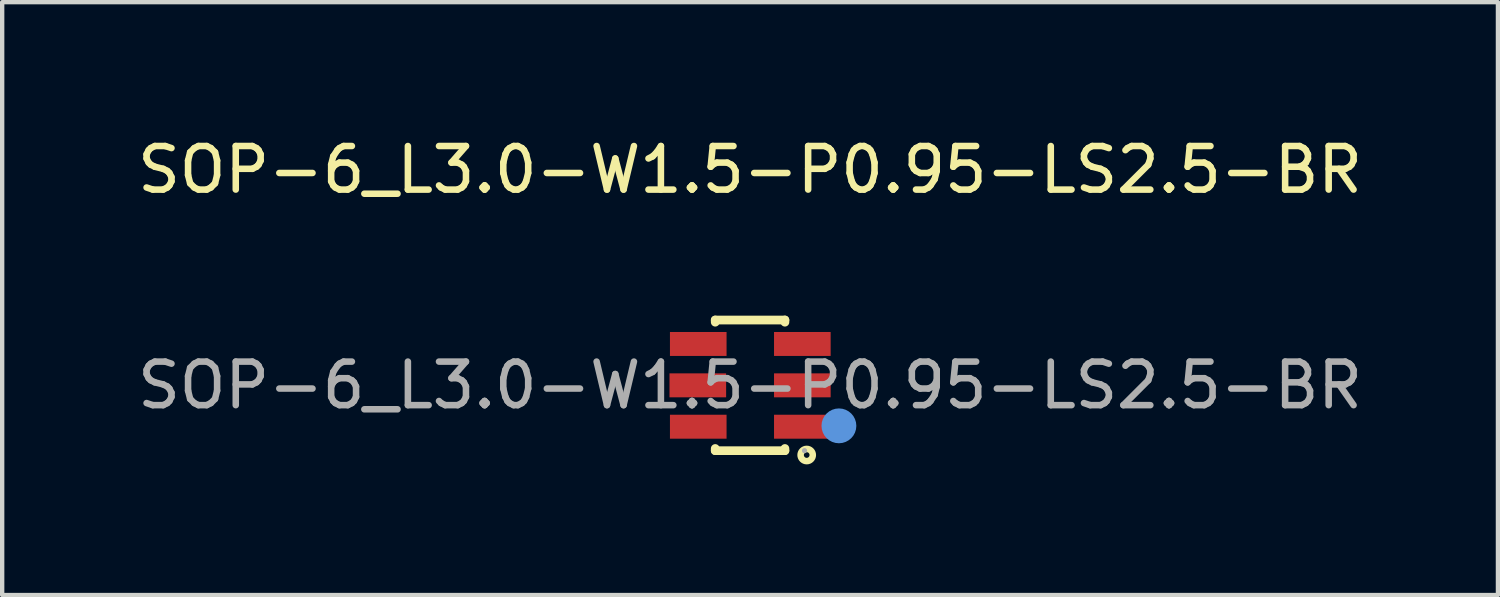
<source format=kicad_pcb>
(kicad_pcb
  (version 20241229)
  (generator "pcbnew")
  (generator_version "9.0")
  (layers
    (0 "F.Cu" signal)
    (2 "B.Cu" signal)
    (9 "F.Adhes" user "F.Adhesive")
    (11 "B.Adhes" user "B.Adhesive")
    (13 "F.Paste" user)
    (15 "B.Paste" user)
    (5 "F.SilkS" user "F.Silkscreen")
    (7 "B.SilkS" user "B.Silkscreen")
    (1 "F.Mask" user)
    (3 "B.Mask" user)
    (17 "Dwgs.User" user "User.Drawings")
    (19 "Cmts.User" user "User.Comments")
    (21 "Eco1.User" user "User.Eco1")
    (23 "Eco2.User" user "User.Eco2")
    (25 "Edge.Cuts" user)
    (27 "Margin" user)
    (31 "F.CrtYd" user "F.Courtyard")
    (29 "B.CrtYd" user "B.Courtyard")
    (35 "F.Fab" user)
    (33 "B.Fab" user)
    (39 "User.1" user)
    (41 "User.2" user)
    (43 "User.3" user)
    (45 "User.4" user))
  (footprint "SOP-6_L3.0-W1.5-P0.95-LS2.5-BR"
    (layer "F.Cu")
    (at 14.173 5.798)
    (property "Reference" "SOP-6_L3.0-W1.5-P0.95-LS2.5-BR" (at 0 -4.95 0) (layer "F.SilkS") (effects (font (size 1 1) (thickness 0.15))))
    (attr smd)
    (fp_line (start -0.8 -1.5) (end 0.8 -1.5) (stroke (width 0.2) (type solid)) (layer "F.SilkS"))
    (fp_line (start -0.8 -1.45) (end -0.8 -1.5) (stroke (width 0.2) (type solid)) (layer "F.SilkS"))
    (fp_line (start -0.8 1.5) (end -0.8 1.45) (stroke (width 0.2) (type solid)) (layer "F.SilkS"))
    (fp_line (start 0.8 -1.5) (end 0.8 -1.45) (stroke (width 0.2) (type solid)) (layer "F.SilkS"))
    (fp_line (start 0.8 1.45) (end 0.8 1.5) (stroke (width 0.2) (type solid)) (layer "F.SilkS"))
    (fp_line (start 0.8 1.5) (end -0.8 1.5) (stroke (width 0.2) (type solid)) (layer "F.SilkS"))
    (fp_circle (center 1.3 1.6) (end 1.44 1.6) (stroke (width 0.15) (type solid)) (fill no) (layer "F.SilkS"))
    (fp_circle (center 2.04 0.93) (end 2.24 0.93) (stroke (width 0.4) (type solid)) (fill no) (layer "Cmts.User"))
    (fp_circle (center 1.25 1.5) (end 1.28 1.5) (stroke (width 0.06) (type solid)) (fill no) (layer "F.Fab"))
    (fp_text user "${REFERENCE}" (at 0 0 0) (layer "F.Fab") (effects (font (size 1 1) (thickness 0.15))))
    (pad "1" smd rect (at 1.2 0.95 180) (size 1.3 0.55) (layers "F.Cu" "F.Mask" "F.Paste"))
    (pad "2" smd rect (at 1.2 0 180) (size 1.3 0.55) (layers "F.Cu" "F.Mask" "F.Paste"))
    (pad "3" smd rect (at 1.2 -0.95 180) (size 1.3 0.55) (layers "F.Cu" "F.Mask" "F.Paste"))
    (pad "4" smd rect (at -1.19 -0.95 180) (size 1.3 0.55) (layers "F.Cu" "F.Mask" "F.Paste"))
    (pad "5" smd rect (at -1.2 0 180) (size 1.3 0.55) (layers "F.Cu" "F.Mask" "F.Paste"))
    (pad "6" smd rect (at -1.19 0.95 180) (size 1.3 0.55) (layers "F.Cu" "F.Mask" "F.Paste")))
  (gr_rect
    (start -3 -3)
    (end 31.345 10.613)
    (stroke (width 0.1) (type default))
    (fill no)
    (layer "Edge.Cuts")))
</source>
